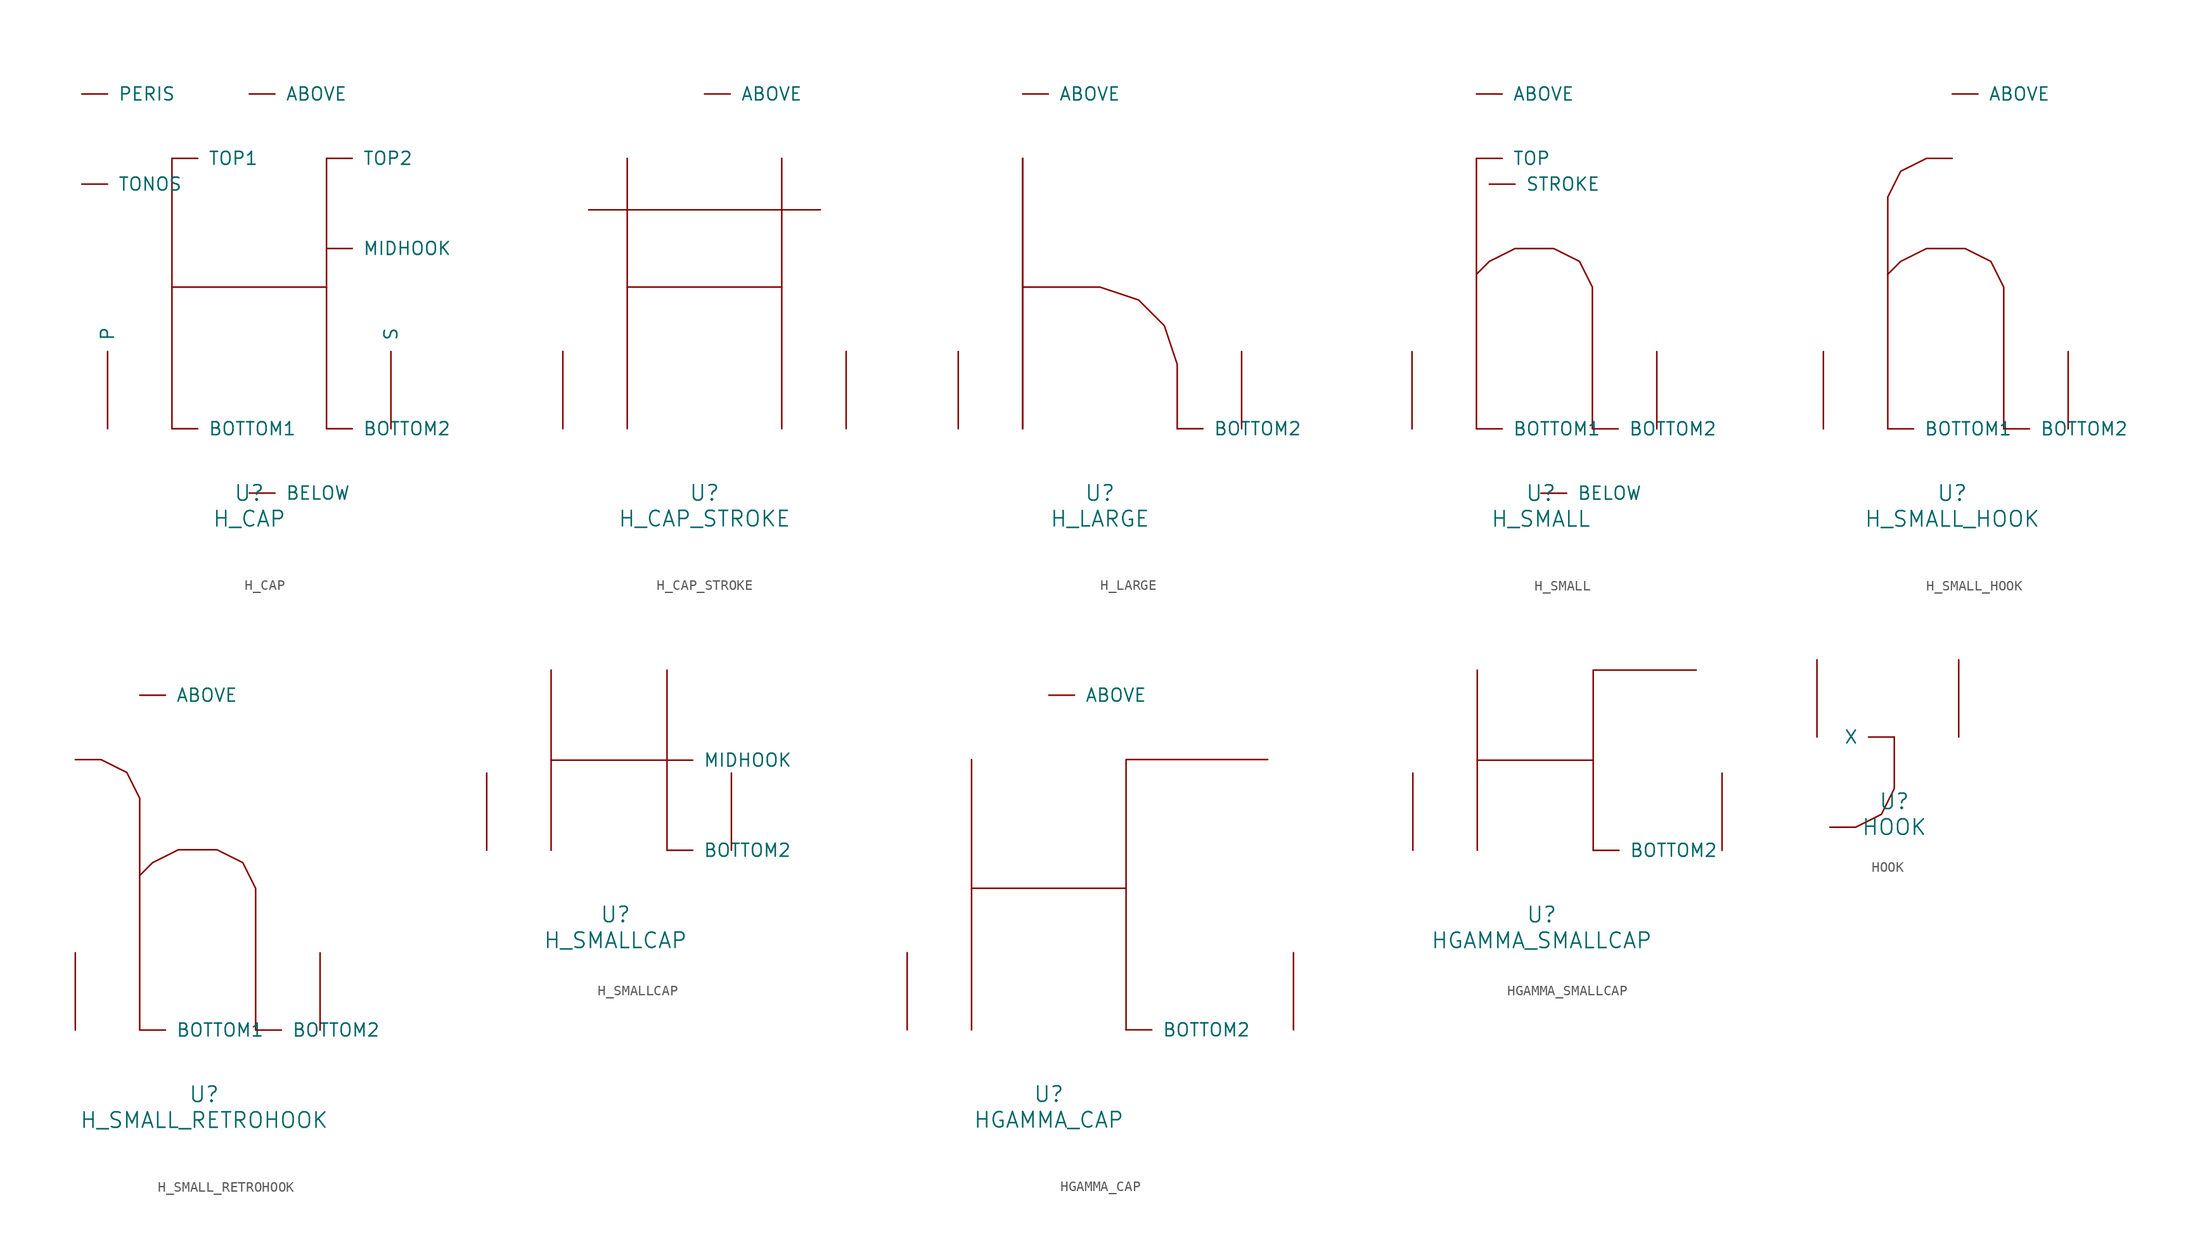
<source format=kicad_sym>
(kicad_symbol_lib
  (version 20220914)
  (generator font_lib2sym)
  (symbol "H_CAP"
    (pin_names
      (offset 1.016))
    (property "Reference" "U"
      (at 0 -6.35 0)
      (effects (font (size 1.524 1.524))))
    (property "Value" "H_CAP"
      (at 0 -8.89 0)
      (effects (font (size 1.524 1.524))))
    (symbol "H_CAP_0_1"
      (polyline (pts (xy -7.62 0) (xy -7.62 26.67)) (stroke (width 0) (type solid)) (fill (type none)))
      (polyline (pts (xy -7.62 13.97) (xy 7.62 13.97)) (stroke (width 0) (type solid)) (fill (type none)))
      (polyline (pts (xy 7.62 0) (xy 7.62 26.67)) (stroke (width 0) (type solid)) (fill (type none)))
      (pin input line (at 0 33.02 0) (length 2.54) (name "ABOVE" (effects (font (size 1.27 1.27)))) (number "~" (effects (font (size 1.27 1.27)))))
      (pin input line (at 0 -6.35 0) (length 2.54) (name "BELOW" (effects (font (size 1.27 1.27)))) (number "~" (effects (font (size 1.27 1.27)))))
      (pin input line (at -7.62 0 0) (length 2.54) (name "BOTTOM1" (effects (font (size 1.27 1.27)))) (number "~" (effects (font (size 1.27 1.27)))))
      (pin input line (at 7.62 0 0) (length 2.54) (name "BOTTOM2" (effects (font (size 1.27 1.27)))) (number "~" (effects (font (size 1.27 1.27)))))
      (pin input line (at 7.62 17.78 0) (length 2.54) (name "MIDHOOK" (effects (font (size 1.27 1.27)))) (number "~" (effects (font (size 1.27 1.27)))))
      (pin input line (at -13.97 0 90) (length 7.62) (name "P" (effects (font (size 1.27 1.27)))) (number "~" (effects (font (size 1.27 1.27)))))
      (pin input line (at -16.51 33.02 0) (length 2.54) (name "PERIS" (effects (font (size 1.27 1.27)))) (number "~" (effects (font (size 1.27 1.27)))))
      (pin input line (at 13.97 0 90) (length 7.62) (name "S" (effects (font (size 1.27 1.27)))) (number "~" (effects (font (size 1.27 1.27)))))
      (pin input line (at -16.51 24.13 0) (length 2.54) (name "TONOS" (effects (font (size 1.27 1.27)))) (number "~" (effects (font (size 1.27 1.27)))))
      (pin input line (at -7.62 26.67 0) (length 2.54) (name "TOP1" (effects (font (size 1.27 1.27)))) (number "~" (effects (font (size 1.27 1.27)))))
      (pin input line (at 7.62 26.67 0) (length 2.54) (name "TOP2" (effects (font (size 1.27 1.27)))) (number "~" (effects (font (size 1.27 1.27)))))))
  (symbol "H_CAP_STROKE"
    (pin_names
      (offset 1.016))
    (property "Reference" "U"
      (at 0 -6.35 0)
      (effects (font (size 1.524 1.524))))
    (property "Value" "H_CAP_STROKE"
      (at 0 -8.89 0)
      (effects (font (size 1.524 1.524))))
    (symbol "H_CAP_STROKE_0_1"
      (polyline (pts (xy -11.43 21.59) (xy 11.43 21.59)) (stroke (width 0) (type solid)) (fill (type none)))
      (polyline (pts (xy -7.62 0) (xy -7.62 26.67)) (stroke (width 0) (type solid)) (fill (type none)))
      (polyline (pts (xy -7.62 13.97) (xy 7.62 13.97)) (stroke (width 0) (type solid)) (fill (type none)))
      (polyline (pts (xy 7.62 0) (xy 7.62 26.67)) (stroke (width 0) (type solid)) (fill (type none)))
      (pin input line (at 0 33.02 0) (length 2.54) (name "ABOVE" (effects (font (size 1.27 1.27)))) (number "~" (effects (font (size 1.27 1.27)))))
      (pin input line (at -13.97 0 90) (length 7.62) (name "~" (effects (font (size 1.27 1.27)))) (number "~" (effects (font (size 1.27 1.27)))))
      (pin input line (at 13.97 0 90) (length 7.62) (name "~" (effects (font (size 1.27 1.27)))) (number "~" (effects (font (size 1.27 1.27)))))))
  (symbol "H_LARGE"
    (pin_names
      (offset 1.016))
    (property "Reference" "U"
      (at 0 -6.35 0)
      (effects (font (size 1.524 1.524))))
    (property "Value" "H_LARGE"
      (at 0 -8.89 0)
      (effects (font (size 1.524 1.524))))
    (symbol "H_LARGE_0_1"
      (polyline (pts (xy -7.62 0) (xy -7.62 26.67)) (stroke (width 0) (type solid)) (fill (type none)))
      (polyline (pts (xy -7.62 26.67) (xy -7.62 0)) (stroke (width 0) (type solid)) (fill (type none)))
      (polyline (pts (xy -7.62 13.97) (xy 0 13.97) (xy 3.81 12.7) (xy 6.35 10.16) (xy 7.62 6.35) (xy 7.62 0)) (stroke (width 0) (type solid)) (fill (type none)))
      (pin input line (at -7.62 33.02 0) (length 2.54) (name "ABOVE" (effects (font (size 1.27 1.27)))) (number "~" (effects (font (size 1.27 1.27)))))
      (pin input line (at 7.62 0 0) (length 2.54) (name "BOTTOM2" (effects (font (size 1.27 1.27)))) (number "~" (effects (font (size 1.27 1.27)))))
      (pin input line (at -13.97 0 90) (length 7.62) (name "~" (effects (font (size 1.27 1.27)))) (number "~" (effects (font (size 1.27 1.27)))))
      (pin input line (at 13.97 0 90) (length 7.62) (name "~" (effects (font (size 1.27 1.27)))) (number "~" (effects (font (size 1.27 1.27)))))))
  (symbol "H_SMALL"
    (pin_names
      (offset 1.016))
    (property "Reference" "U"
      (at 0 -6.35 0)
      (effects (font (size 1.524 1.524))))
    (property "Value" "H_SMALL"
      (at 0 -8.89 0)
      (effects (font (size 1.524 1.524))))
    (symbol "H_SMALL_0_1"
      (polyline (pts (xy -6.35 0) (xy -6.35 26.67)) (stroke (width 0) (type solid)) (fill (type none)))
      (polyline (pts (xy 5.08 0) (xy 5.08 13.97) (xy 3.81 16.51) (xy 1.27 17.78) (xy -2.54 17.78) (xy -5.08 16.51) (xy -6.35 15.24)) (stroke (width 0) (type solid)) (fill (type none)))
      (pin input line (at -6.35 33.02 0) (length 2.54) (name "ABOVE" (effects (font (size 1.27 1.27)))) (number "~" (effects (font (size 1.27 1.27)))))
      (pin input line (at 0 -6.35 0) (length 2.54) (name "BELOW" (effects (font (size 1.27 1.27)))) (number "~" (effects (font (size 1.27 1.27)))))
      (pin input line (at -6.35 0 0) (length 2.54) (name "BOTTOM1" (effects (font (size 1.27 1.27)))) (number "~" (effects (font (size 1.27 1.27)))))
      (pin input line (at 5.08 0 0) (length 2.54) (name "BOTTOM2" (effects (font (size 1.27 1.27)))) (number "~" (effects (font (size 1.27 1.27)))))
      (pin input line (at -5.08 24.13 0) (length 2.54) (name "STROKE" (effects (font (size 1.27 1.27)))) (number "~" (effects (font (size 1.27 1.27)))))
      (pin input line (at -6.35 26.67 0) (length 2.54) (name "TOP" (effects (font (size 1.27 1.27)))) (number "~" (effects (font (size 1.27 1.27)))))
      (pin input line (at -12.7 0 90) (length 7.62) (name "~" (effects (font (size 1.27 1.27)))) (number "~" (effects (font (size 1.27 1.27)))))
      (pin input line (at 11.43 0 90) (length 7.62) (name "~" (effects (font (size 1.27 1.27)))) (number "~" (effects (font (size 1.27 1.27)))))))
  (symbol "H_SMALL_HOOK"
    (pin_names
      (offset 1.016))
    (property "Reference" "U"
      (at 0 -6.35 0)
      (effects (font (size 1.524 1.524))))
    (property "Value" "H_SMALL_HOOK"
      (at 0 -8.89 0)
      (effects (font (size 1.524 1.524))))
    (symbol "H_SMALL_HOOK_0_1"
      (polyline (pts (xy 0 26.67) (xy -2.54 26.67) (xy -5.08 25.4) (xy -6.35 22.86) (xy -6.35 0)) (stroke (width 0) (type solid)) (fill (type none)))
      (polyline (pts (xy 5.08 0) (xy 5.08 13.97) (xy 3.81 16.51) (xy 1.27 17.78) (xy -2.54 17.78) (xy -5.08 16.51) (xy -6.35 15.24)) (stroke (width 0) (type solid)) (fill (type none)))
      (pin input line (at 0 33.02 0) (length 2.54) (name "ABOVE" (effects (font (size 1.27 1.27)))) (number "~" (effects (font (size 1.27 1.27)))))
      (pin input line (at -6.35 0 0) (length 2.54) (name "BOTTOM1" (effects (font (size 1.27 1.27)))) (number "~" (effects (font (size 1.27 1.27)))))
      (pin input line (at 5.08 0 0) (length 2.54) (name "BOTTOM2" (effects (font (size 1.27 1.27)))) (number "~" (effects (font (size 1.27 1.27)))))
      (pin input line (at -12.7 0 90) (length 7.62) (name "~" (effects (font (size 1.27 1.27)))) (number "~" (effects (font (size 1.27 1.27)))))
      (pin input line (at 11.43 0 90) (length 7.62) (name "~" (effects (font (size 1.27 1.27)))) (number "~" (effects (font (size 1.27 1.27)))))))
  (symbol "H_SMALL_RETROHOOK"
    (pin_names
      (offset 1.016))
    (property "Reference" "U"
      (at 0 -6.35 0)
      (effects (font (size 1.524 1.524))))
    (property "Value" "H_SMALL_RETROHOOK"
      (at 0 -8.89 0)
      (effects (font (size 1.524 1.524))))
    (symbol "H_SMALL_RETROHOOK_0_1"
      (polyline (pts (xy -12.7 26.67) (xy -10.16 26.67) (xy -7.62 25.4) (xy -6.35 22.86) (xy -6.35 0)) (stroke (width 0) (type solid)) (fill (type none)))
      (polyline (pts (xy 5.08 0) (xy 5.08 13.97) (xy 3.81 16.51) (xy 1.27 17.78) (xy -2.54 17.78) (xy -5.08 16.51) (xy -6.35 15.24)) (stroke (width 0) (type solid)) (fill (type none)))
      (pin input line (at -6.35 33.02 0) (length 2.54) (name "ABOVE" (effects (font (size 1.27 1.27)))) (number "~" (effects (font (size 1.27 1.27)))))
      (pin input line (at -6.35 0 0) (length 2.54) (name "BOTTOM1" (effects (font (size 1.27 1.27)))) (number "~" (effects (font (size 1.27 1.27)))))
      (pin input line (at 5.08 0 0) (length 2.54) (name "BOTTOM2" (effects (font (size 1.27 1.27)))) (number "~" (effects (font (size 1.27 1.27)))))
      (pin input line (at -12.7 0 90) (length 7.62) (name "~" (effects (font (size 1.27 1.27)))) (number "~" (effects (font (size 1.27 1.27)))))
      (pin input line (at 11.43 0 90) (length 7.62) (name "~" (effects (font (size 1.27 1.27)))) (number "~" (effects (font (size 1.27 1.27)))))))
  (symbol "H_SMALLCAP"
    (pin_names
      (offset 1.016))
    (property "Reference" "U"
      (at 0 -6.35 0)
      (effects (font (size 1.524 1.524))))
    (property "Value" "H_SMALLCAP"
      (at 0 -8.89 0)
      (effects (font (size 1.524 1.524))))
    (symbol "H_SMALLCAP_0_1"
      (polyline (pts (xy -6.35 8.89) (xy 5.08 8.89)) (stroke (width 0) (type solid)) (fill (type none)))
      (polyline (pts (xy -6.35 17.78) (xy -6.35 0)) (stroke (width 0) (type solid)) (fill (type none)))
      (polyline (pts (xy 5.08 17.78) (xy 5.08 0)) (stroke (width 0) (type solid)) (fill (type none)))
      (pin input line (at 5.08 0 0) (length 2.54) (name "BOTTOM2" (effects (font (size 1.27 1.27)))) (number "~" (effects (font (size 1.27 1.27)))))
      (pin input line (at 5.08 8.89 0) (length 2.54) (name "MIDHOOK" (effects (font (size 1.27 1.27)))) (number "~" (effects (font (size 1.27 1.27)))))
      (pin input line (at -12.7 0 90) (length 7.62) (name "~" (effects (font (size 1.27 1.27)))) (number "~" (effects (font (size 1.27 1.27)))))
      (pin input line (at 11.43 0 90) (length 7.62) (name "~" (effects (font (size 1.27 1.27)))) (number "~" (effects (font (size 1.27 1.27)))))))
  (symbol "HGAMMA_CAP"
    (pin_names
      (offset 1.016))
    (property "Reference" "U"
      (at 0 -6.35 0)
      (effects (font (size 1.524 1.524))))
    (property "Value" "HGAMMA_CAP"
      (at 0 -8.89 0)
      (effects (font (size 1.524 1.524))))
    (symbol "HGAMMA_CAP_0_1"
      (polyline (pts (xy -7.62 0) (xy -7.62 26.67)) (stroke (width 0) (type solid)) (fill (type none)))
      (polyline (pts (xy -7.62 13.97) (xy 7.62 13.97)) (stroke (width 0) (type solid)) (fill (type none)))
      (polyline (pts (xy 7.62 0) (xy 7.62 26.67) (xy 21.59 26.67)) (stroke (width 0) (type solid)) (fill (type none)))
      (pin input line (at 0 33.02 0) (length 2.54) (name "ABOVE" (effects (font (size 1.27 1.27)))) (number "~" (effects (font (size 1.27 1.27)))))
      (pin input line (at 7.62 0 0) (length 2.54) (name "BOTTOM2" (effects (font (size 1.27 1.27)))) (number "~" (effects (font (size 1.27 1.27)))))
      (pin input line (at -13.97 0 90) (length 7.62) (name "~" (effects (font (size 1.27 1.27)))) (number "~" (effects (font (size 1.27 1.27)))))
      (pin input line (at 24.13 0 90) (length 7.62) (name "~" (effects (font (size 1.27 1.27)))) (number "~" (effects (font (size 1.27 1.27)))))))
  (symbol "HGAMMA_SMALLCAP"
    (pin_names
      (offset 1.016))
    (property "Reference" "U"
      (at 0 -6.35 0)
      (effects (font (size 1.524 1.524))))
    (property "Value" "HGAMMA_SMALLCAP"
      (at 0 -8.89 0)
      (effects (font (size 1.524 1.524))))
    (symbol "HGAMMA_SMALLCAP_0_1"
      (polyline (pts (xy -6.35 8.89) (xy 5.08 8.89)) (stroke (width 0) (type solid)) (fill (type none)))
      (polyline (pts (xy -6.35 17.78) (xy -6.35 0)) (stroke (width 0) (type solid)) (fill (type none)))
      (polyline (pts (xy 5.08 0) (xy 5.08 17.78) (xy 15.24 17.78)) (stroke (width 0) (type solid)) (fill (type none)))
      (pin input line (at 5.08 0 0) (length 2.54) (name "BOTTOM2" (effects (font (size 1.27 1.27)))) (number "~" (effects (font (size 1.27 1.27)))))
      (pin input line (at -12.7 0 90) (length 7.62) (name "~" (effects (font (size 1.27 1.27)))) (number "~" (effects (font (size 1.27 1.27)))))
      (pin input line (at 17.78 0 90) (length 7.62) (name "~" (effects (font (size 1.27 1.27)))) (number "~" (effects (font (size 1.27 1.27)))))))
  (symbol "HOOK"
    (pin_names
      (offset 1.016))
    (property "Reference" "U"
      (at 0 -6.35 0)
      (effects (font (size 1.524 1.524))))
    (property "Value" "HOOK"
      (at 0 -8.89 0)
      (effects (font (size 1.524 1.524))))
    (symbol "HOOK_0_1"
      (polyline (pts (xy 0 0) (xy 0 -5.08) (xy -1.27 -7.62) (xy -3.81 -8.89) (xy -6.35 -8.89)) (stroke (width 0) (type solid)) (fill (type none)))
      (pin input line (at 0 0 180) (length 2.54) (name "X" (effects (font (size 1.27 1.27)))) (number "~" (effects (font (size 1.27 1.27)))))
      (pin input line (at -7.62 0 90) (length 7.62) (name "~" (effects (font (size 1.27 1.27)))) (number "~" (effects (font (size 1.27 1.27)))))
      (pin input line (at 6.35 0 90) (length 7.62) (name "~" (effects (font (size 1.27 1.27)))) (number "~" (effects (font (size 1.27 1.27))))))))
</source>
